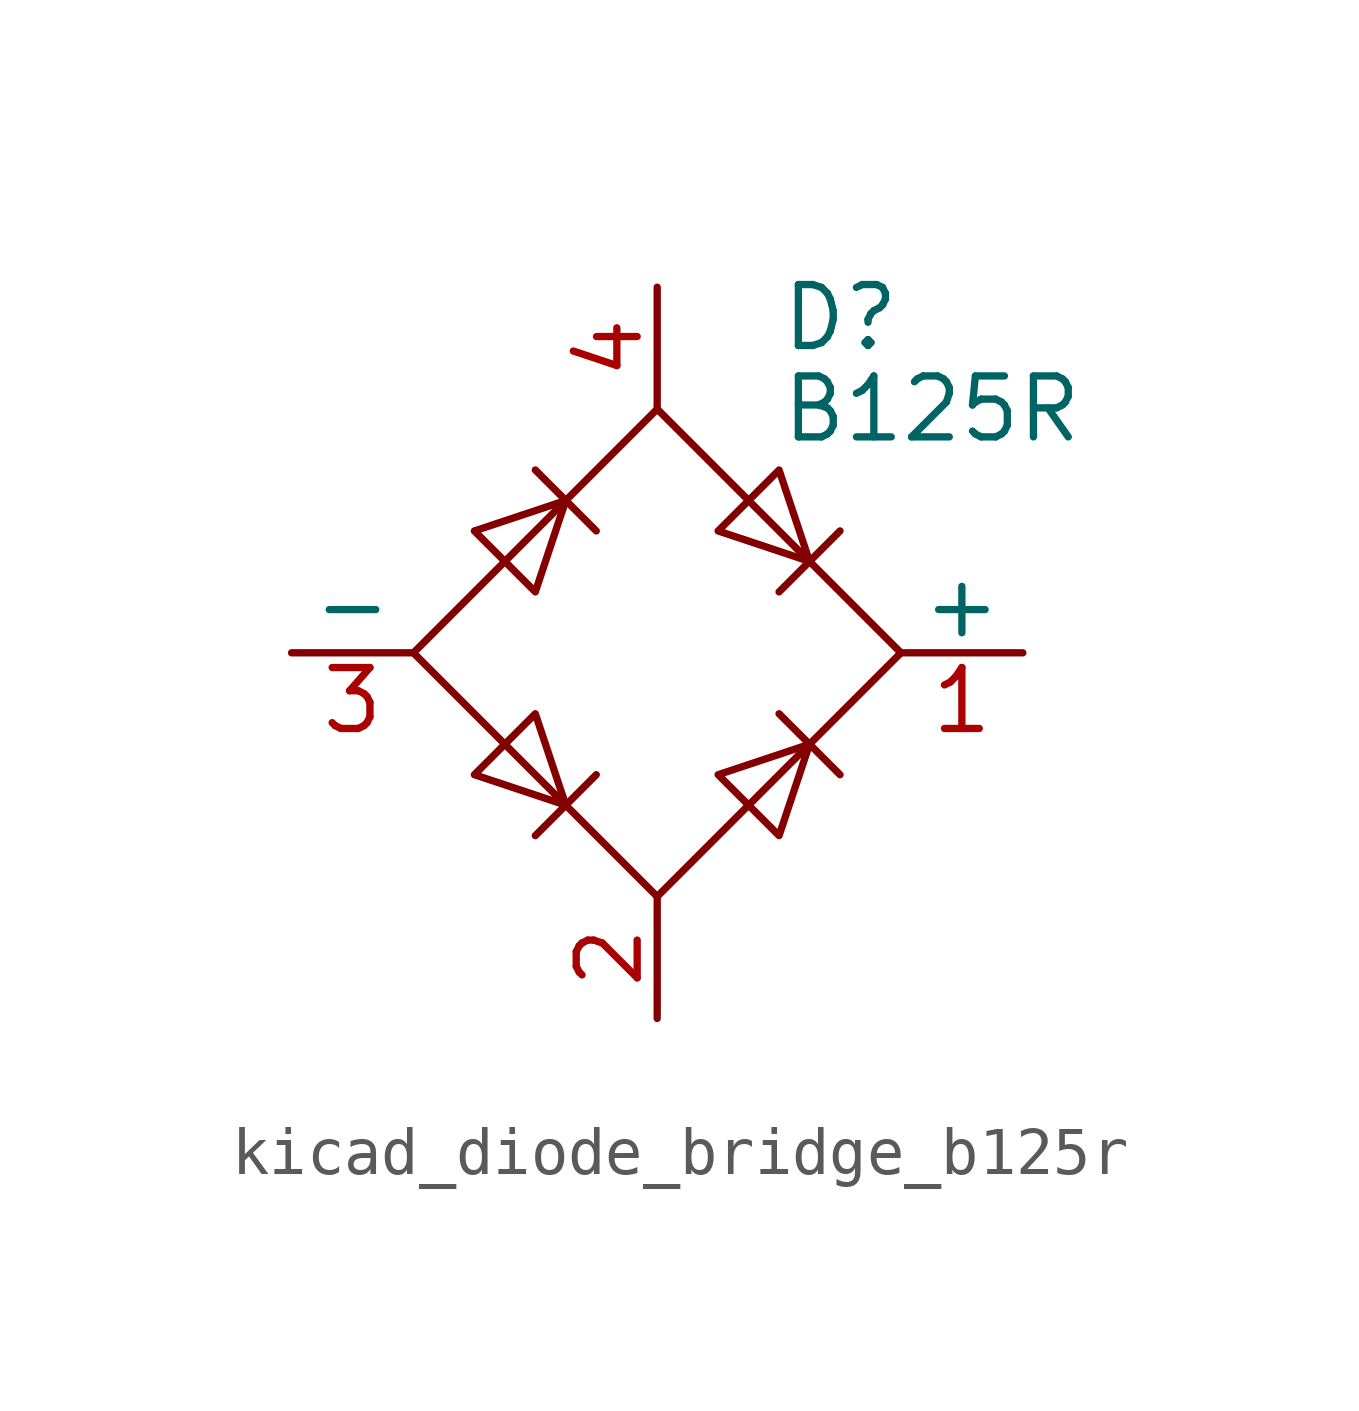
<source format=kicad_sym>
(kicad_symbol_lib
  (version 20220914)
  (generator kicad_symbol_editor)
  (symbol "kicad_diode_bridge_b125r"
    (pin_names
      (offset 0))
    (property "Reference" "D"
      (at 2.54 6.985 0)
      (effects (font (size 1.27 1.27)) (justify left)))
    (property "Value" "B125R"
      (at 2.54 5.08 0)
      (effects (font (size 1.27 1.27)) (justify left)))
    (symbol "kicad_diode_bridge_b125r_0_1"
      (polyline (pts (xy -2.54 3.81) (xy -1.27 2.54)) (stroke (width 0) (type default)) (fill (type none)))
      (polyline (pts (xy -1.27 -2.54) (xy -2.54 -3.81)) (stroke (width 0) (type default)) (fill (type none)))
      (polyline (pts (xy 2.54 -1.27) (xy 3.81 -2.54)) (stroke (width 0) (type default)) (fill (type none)))
      (polyline (pts (xy 2.54 1.27) (xy 3.81 2.54)) (stroke (width 0) (type default)) (fill (type none)))
      (polyline (pts (xy -3.81 2.54) (xy -2.54 1.27) (xy -1.905 3.175) (xy -3.81 2.54)) (stroke (width 0) (type default)) (fill (type none)))
      (polyline (pts (xy -2.54 -1.27) (xy -3.81 -2.54) (xy -1.905 -3.175) (xy -2.54 -1.27)) (stroke (width 0) (type default)) (fill (type none)))
      (polyline (pts (xy 1.27 2.54) (xy 2.54 3.81) (xy 3.175 1.905) (xy 1.27 2.54)) (stroke (width 0) (type default)) (fill (type none)))
      (polyline (pts (xy 3.175 -1.905) (xy 1.27 -2.54) (xy 2.54 -3.81) (xy 3.175 -1.905)) (stroke (width 0) (type default)) (fill (type none)))
      (polyline (pts (xy -5.08 0) (xy 0 -5.08) (xy 5.08 0) (xy 0 5.08) (xy -5.08 0)) (stroke (width 0) (type default)) (fill (type none))))
    (symbol "kicad_diode_bridge_b125r_1_1"
      (pin passive line (at 7.62 0 180) (length 2.54) (name "+" (effects (font (size 1.27 1.27)))) (number "1" (effects (font (size 1.27 1.27)))))
      (pin passive line (at 0 -7.62 90) (length 2.54) (name "~" (effects (font (size 1.27 1.27)))) (number "2" (effects (font (size 1.27 1.27)))))
      (pin passive line (at -7.62 0 0) (length 2.54) (name "-" (effects (font (size 1.27 1.27)))) (number "3" (effects (font (size 1.27 1.27)))))
      (pin passive line (at 0 7.62 270) (length 2.54) (name "~" (effects (font (size 1.27 1.27)))) (number "4" (effects (font (size 1.27 1.27))))))))
</source>
